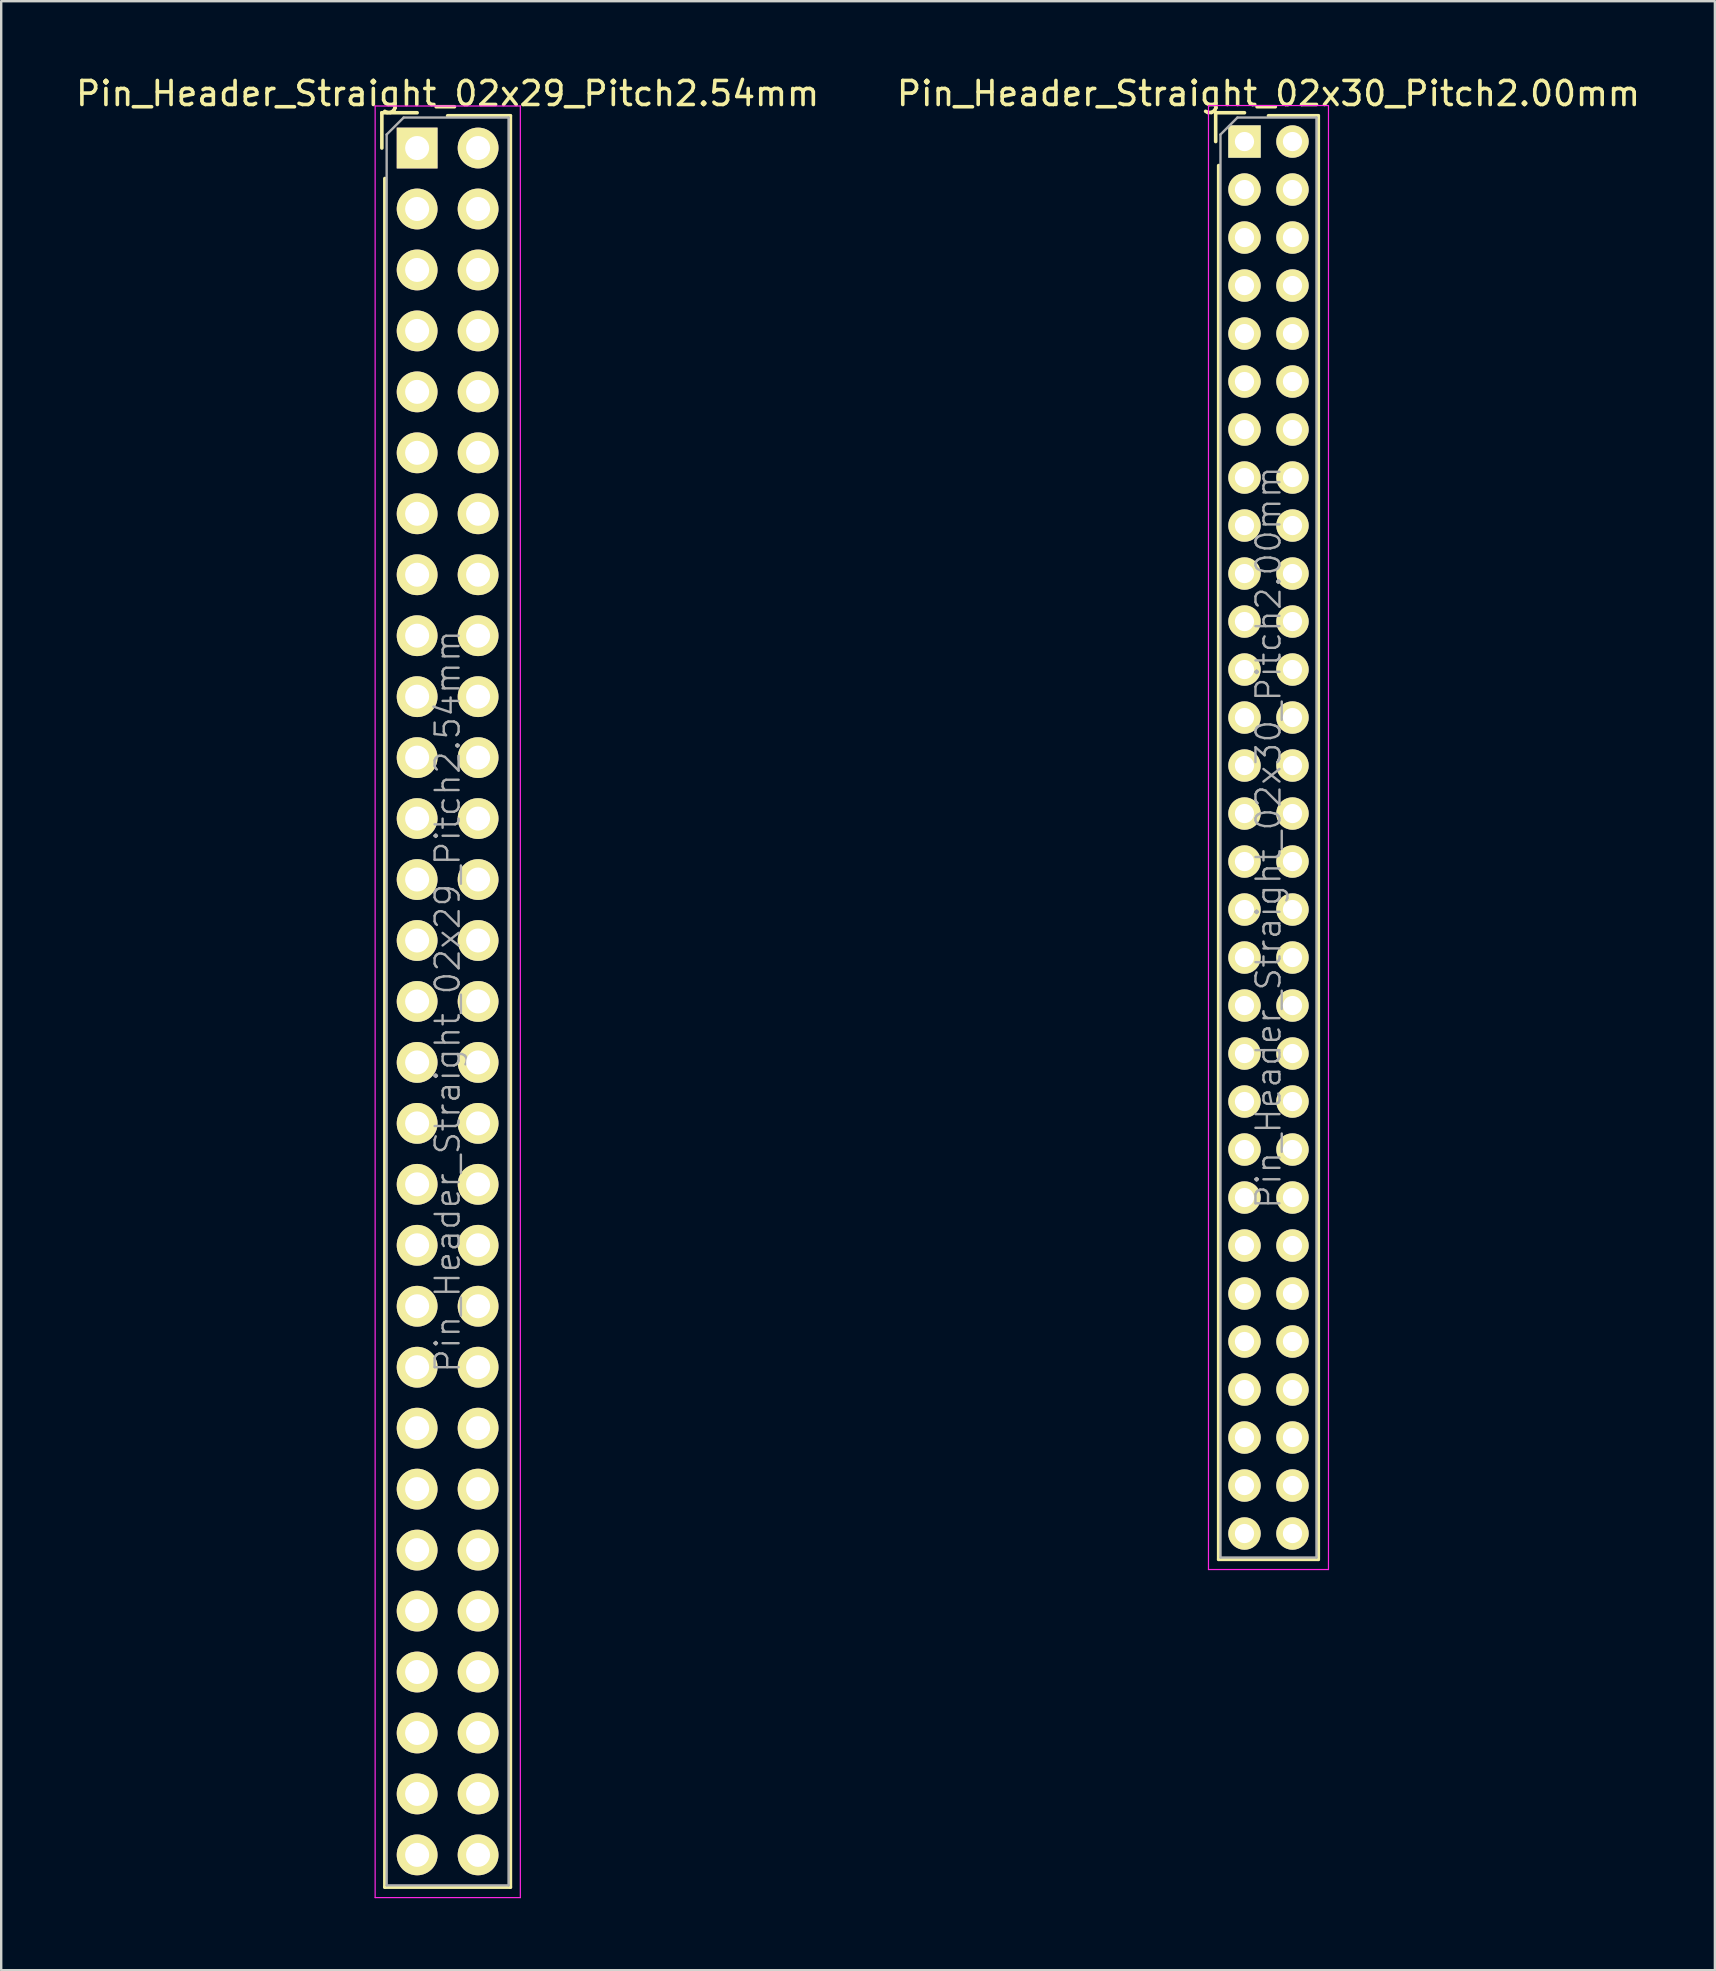
<source format=kicad_pcb>
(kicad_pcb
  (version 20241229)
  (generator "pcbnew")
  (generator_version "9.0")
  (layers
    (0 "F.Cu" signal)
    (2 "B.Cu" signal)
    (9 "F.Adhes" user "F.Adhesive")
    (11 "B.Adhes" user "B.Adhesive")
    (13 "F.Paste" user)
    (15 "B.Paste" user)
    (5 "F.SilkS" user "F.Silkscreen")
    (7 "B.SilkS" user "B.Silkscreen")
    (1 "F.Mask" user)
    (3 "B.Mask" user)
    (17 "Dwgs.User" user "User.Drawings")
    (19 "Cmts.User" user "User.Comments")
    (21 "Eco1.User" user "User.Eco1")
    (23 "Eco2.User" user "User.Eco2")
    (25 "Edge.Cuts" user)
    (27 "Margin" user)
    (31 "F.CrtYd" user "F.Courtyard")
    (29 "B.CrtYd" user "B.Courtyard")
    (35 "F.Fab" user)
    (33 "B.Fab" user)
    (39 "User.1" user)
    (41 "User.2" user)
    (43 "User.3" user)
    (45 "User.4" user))
  (footprint "Pin_Header_Straight_02x29_Pitch2.54mm"
    (layer "F.Cu")
    (at 14.331 3.118)
    (property "Reference" "Pin_Header_Straight_02x29_Pitch2.54mm" (at 1.27 -2.27 0) (layer "F.SilkS") (effects (font (size 1 1) (thickness 0.15))))
    (attr smd)
    (fp_line (start -1.47 -1.47) (end -1.47 0) (stroke (width 0.15) (type solid)) (layer "F.SilkS"))
    (fp_line (start -1.47 -1.47) (end 0 -1.47) (stroke (width 0.15) (type solid)) (layer "F.SilkS"))
    (fp_line (start -1.345 1.27) (end -1.345 72.465) (stroke (width 0.15) (type solid)) (layer "F.SilkS"))
    (fp_line (start -1.345 72.465) (end 3.885 72.465) (stroke (width 0.15) (type solid)) (layer "F.SilkS"))
    (fp_line (start 1.27 -1.345) (end 3.885 -1.345) (stroke (width 0.15) (type solid)) (layer "F.SilkS"))
    (fp_line (start 3.885 -1.345) (end 3.885 72.465) (stroke (width 0.15) (type solid)) (layer "F.SilkS"))
    (fp_line (start -1.75 -1.75) (end -1.75 72.9) (stroke (width 0.05) (type solid)) (layer "F.CrtYd"))
    (fp_line (start 4.3 -1.75) (end -1.75 -1.75) (stroke (width 0.05) (type solid)) (layer "F.CrtYd"))
    (fp_line (start 4.3 -1.75) (end 4.3 72.9) (stroke (width 0.05) (type solid)) (layer "F.CrtYd"))
    (fp_line (start 4.3 72.9) (end -1.75 72.9) (stroke (width 0.05) (type solid)) (layer "F.CrtYd"))
    (fp_line (start -1.27 -0.563) (end -0.563 -1.27) (stroke (width 0.1) (type solid)) (layer "F.Fab"))
    (fp_line (start -1.27 72.39) (end -1.27 -0.563) (stroke (width 0.1) (type solid)) (layer "F.Fab"))
    (fp_line (start 3.81 -1.27) (end -0.563 -1.27) (stroke (width 0.1) (type solid)) (layer "F.Fab"))
    (fp_line (start 3.81 72.39) (end -1.27 72.39) (stroke (width 0.1) (type solid)) (layer "F.Fab"))
    (fp_line (start 3.81 72.39) (end 3.81 -1.27) (stroke (width 0.1) (type solid)) (layer "F.Fab"))
    (fp_text user "${REFERENCE}" (at 1.27 35.56 90) (layer "F.Fab") (effects (font (size 1 1) (thickness 0.1))))
    (pad "1" thru_hole rect (at 0 0) (size 1.7 1.7) (drill 1) (layers "*.Cu" "*.Mask" "F.SilkS"))
    (pad "2" thru_hole oval (at 2.54 0) (size 1.7 1.7) (drill 1) (layers "*.Cu" "*.Mask" "F.SilkS"))
    (pad "3" thru_hole oval (at 0 2.54) (size 1.7 1.7) (drill 1) (layers "*.Cu" "*.Mask" "F.SilkS"))
    (pad "4" thru_hole oval (at 2.54 2.54) (size 1.7 1.7) (drill 1) (layers "*.Cu" "*.Mask" "F.SilkS"))
    (pad "5" thru_hole oval (at 0 5.08) (size 1.7 1.7) (drill 1) (layers "*.Cu" "*.Mask" "F.SilkS"))
    (pad "6" thru_hole oval (at 2.54 5.08) (size 1.7 1.7) (drill 1) (layers "*.Cu" "*.Mask" "F.SilkS"))
    (pad "7" thru_hole oval (at 0 7.62) (size 1.7 1.7) (drill 1) (layers "*.Cu" "*.Mask" "F.SilkS"))
    (pad "8" thru_hole oval (at 2.54 7.62) (size 1.7 1.7) (drill 1) (layers "*.Cu" "*.Mask" "F.SilkS"))
    (pad "9" thru_hole oval (at 0 10.16) (size 1.7 1.7) (drill 1) (layers "*.Cu" "*.Mask" "F.SilkS"))
    (pad "10" thru_hole oval (at 2.54 10.16) (size 1.7 1.7) (drill 1) (layers "*.Cu" "*.Mask" "F.SilkS"))
    (pad "11" thru_hole oval (at 0 12.7) (size 1.7 1.7) (drill 1) (layers "*.Cu" "*.Mask" "F.SilkS"))
    (pad "12" thru_hole oval (at 2.54 12.7) (size 1.7 1.7) (drill 1) (layers "*.Cu" "*.Mask" "F.SilkS"))
    (pad "13" thru_hole oval (at 0 15.24) (size 1.7 1.7) (drill 1) (layers "*.Cu" "*.Mask" "F.SilkS"))
    (pad "14" thru_hole oval (at 2.54 15.24) (size 1.7 1.7) (drill 1) (layers "*.Cu" "*.Mask" "F.SilkS"))
    (pad "15" thru_hole oval (at 0 17.78) (size 1.7 1.7) (drill 1) (layers "*.Cu" "*.Mask" "F.SilkS"))
    (pad "16" thru_hole oval (at 2.54 17.78) (size 1.7 1.7) (drill 1) (layers "*.Cu" "*.Mask" "F.SilkS"))
    (pad "17" thru_hole oval (at 0 20.32) (size 1.7 1.7) (drill 1) (layers "*.Cu" "*.Mask" "F.SilkS"))
    (pad "18" thru_hole oval (at 2.54 20.32) (size 1.7 1.7) (drill 1) (layers "*.Cu" "*.Mask" "F.SilkS"))
    (pad "19" thru_hole oval (at 0 22.86) (size 1.7 1.7) (drill 1) (layers "*.Cu" "*.Mask" "F.SilkS"))
    (pad "20" thru_hole oval (at 2.54 22.86) (size 1.7 1.7) (drill 1) (layers "*.Cu" "*.Mask" "F.SilkS"))
    (pad "21" thru_hole oval (at 0 25.4) (size 1.7 1.7) (drill 1) (layers "*.Cu" "*.Mask" "F.SilkS"))
    (pad "22" thru_hole oval (at 2.54 25.4) (size 1.7 1.7) (drill 1) (layers "*.Cu" "*.Mask" "F.SilkS"))
    (pad "23" thru_hole oval (at 0 27.94) (size 1.7 1.7) (drill 1) (layers "*.Cu" "*.Mask" "F.SilkS"))
    (pad "24" thru_hole oval (at 2.54 27.94) (size 1.7 1.7) (drill 1) (layers "*.Cu" "*.Mask" "F.SilkS"))
    (pad "25" thru_hole oval (at 0 30.48) (size 1.7 1.7) (drill 1) (layers "*.Cu" "*.Mask" "F.SilkS"))
    (pad "26" thru_hole oval (at 2.54 30.48) (size 1.7 1.7) (drill 1) (layers "*.Cu" "*.Mask" "F.SilkS"))
    (pad "27" thru_hole oval (at 0 33.02) (size 1.7 1.7) (drill 1) (layers "*.Cu" "*.Mask" "F.SilkS"))
    (pad "28" thru_hole oval (at 2.54 33.02) (size 1.7 1.7) (drill 1) (layers "*.Cu" "*.Mask" "F.SilkS"))
    (pad "29" thru_hole oval (at 0 35.56) (size 1.7 1.7) (drill 1) (layers "*.Cu" "*.Mask" "F.SilkS"))
    (pad "30" thru_hole oval (at 2.54 35.56) (size 1.7 1.7) (drill 1) (layers "*.Cu" "*.Mask" "F.SilkS"))
    (pad "31" thru_hole oval (at 0 38.1) (size 1.7 1.7) (drill 1) (layers "*.Cu" "*.Mask" "F.SilkS"))
    (pad "32" thru_hole oval (at 2.54 38.1) (size 1.7 1.7) (drill 1) (layers "*.Cu" "*.Mask" "F.SilkS"))
    (pad "33" thru_hole oval (at 0 40.64) (size 1.7 1.7) (drill 1) (layers "*.Cu" "*.Mask" "F.SilkS"))
    (pad "34" thru_hole oval (at 2.54 40.64) (size 1.7 1.7) (drill 1) (layers "*.Cu" "*.Mask" "F.SilkS"))
    (pad "35" thru_hole oval (at 0 43.18) (size 1.7 1.7) (drill 1) (layers "*.Cu" "*.Mask" "F.SilkS"))
    (pad "36" thru_hole oval (at 2.54 43.18) (size 1.7 1.7) (drill 1) (layers "*.Cu" "*.Mask" "F.SilkS"))
    (pad "37" thru_hole oval (at 0 45.72) (size 1.7 1.7) (drill 1) (layers "*.Cu" "*.Mask" "F.SilkS"))
    (pad "38" thru_hole oval (at 2.54 45.72) (size 1.7 1.7) (drill 1) (layers "*.Cu" "*.Mask" "F.SilkS"))
    (pad "39" thru_hole oval (at 0 48.26) (size 1.7 1.7) (drill 1) (layers "*.Cu" "*.Mask" "F.SilkS"))
    (pad "40" thru_hole oval (at 2.54 48.26) (size 1.7 1.7) (drill 1) (layers "*.Cu" "*.Mask" "F.SilkS"))
    (pad "41" thru_hole oval (at 0 50.8) (size 1.7 1.7) (drill 1) (layers "*.Cu" "*.Mask" "F.SilkS"))
    (pad "42" thru_hole oval (at 2.54 50.8) (size 1.7 1.7) (drill 1) (layers "*.Cu" "*.Mask" "F.SilkS"))
    (pad "43" thru_hole oval (at 0 53.34) (size 1.7 1.7) (drill 1) (layers "*.Cu" "*.Mask" "F.SilkS"))
    (pad "44" thru_hole oval (at 2.54 53.34) (size 1.7 1.7) (drill 1) (layers "*.Cu" "*.Mask" "F.SilkS"))
    (pad "45" thru_hole oval (at 0 55.88) (size 1.7 1.7) (drill 1) (layers "*.Cu" "*.Mask" "F.SilkS"))
    (pad "46" thru_hole oval (at 2.54 55.88) (size 1.7 1.7) (drill 1) (layers "*.Cu" "*.Mask" "F.SilkS"))
    (pad "47" thru_hole oval (at 0 58.42) (size 1.7 1.7) (drill 1) (layers "*.Cu" "*.Mask" "F.SilkS"))
    (pad "48" thru_hole oval (at 2.54 58.42) (size 1.7 1.7) (drill 1) (layers "*.Cu" "*.Mask" "F.SilkS"))
    (pad "49" thru_hole oval (at 0 60.96) (size 1.7 1.7) (drill 1) (layers "*.Cu" "*.Mask" "F.SilkS"))
    (pad "50" thru_hole oval (at 2.54 60.96) (size 1.7 1.7) (drill 1) (layers "*.Cu" "*.Mask" "F.SilkS"))
    (pad "51" thru_hole oval (at 0 63.5) (size 1.7 1.7) (drill 1) (layers "*.Cu" "*.Mask" "F.SilkS"))
    (pad "52" thru_hole oval (at 2.54 63.5) (size 1.7 1.7) (drill 1) (layers "*.Cu" "*.Mask" "F.SilkS"))
    (pad "53" thru_hole oval (at 0 66.04) (size 1.7 1.7) (drill 1) (layers "*.Cu" "*.Mask" "F.SilkS"))
    (pad "54" thru_hole oval (at 2.54 66.04) (size 1.7 1.7) (drill 1) (layers "*.Cu" "*.Mask" "F.SilkS"))
    (pad "55" thru_hole oval (at 0 68.58) (size 1.7 1.7) (drill 1) (layers "*.Cu" "*.Mask" "F.SilkS"))
    (pad "56" thru_hole oval (at 2.54 68.58) (size 1.7 1.7) (drill 1) (layers "*.Cu" "*.Mask" "F.SilkS"))
    (pad "57" thru_hole oval (at 0 71.12) (size 1.7 1.7) (drill 1) (layers "*.Cu" "*.Mask" "F.SilkS"))
    (pad "58" thru_hole oval (at 2.54 71.12) (size 1.7 1.7) (drill 1) (layers "*.Cu" "*.Mask" "F.SilkS")))
  (footprint "Pin_Header_Straight_02x30_Pitch2.00mm"
    (layer "F.Cu")
    (at 48.804 2.848)
    (property "Reference" "Pin_Header_Straight_02x30_Pitch2.00mm" (at 1 -2 0) (layer "F.SilkS") (effects (font (size 1 1) (thickness 0.15))))
    (attr smd)
    (fp_line (start -1.2 -1.2) (end -1.2 0) (stroke (width 0.15) (type solid)) (layer "F.SilkS"))
    (fp_line (start -1.2 -1.2) (end 0 -1.2) (stroke (width 0.15) (type solid)) (layer "F.SilkS"))
    (fp_line (start -1.075 1) (end -1.075 59.075) (stroke (width 0.15) (type solid)) (layer "F.SilkS"))
    (fp_line (start -1.075 59.075) (end 3.075 59.075) (stroke (width 0.15) (type solid)) (layer "F.SilkS"))
    (fp_line (start 1 -1.075) (end 3.075 -1.075) (stroke (width 0.15) (type solid)) (layer "F.SilkS"))
    (fp_line (start 3.075 -1.075) (end 3.075 59.075) (stroke (width 0.15) (type solid)) (layer "F.SilkS"))
    (fp_line (start -1.5 -1.5) (end -1.5 59.5) (stroke (width 0.05) (type solid)) (layer "F.CrtYd"))
    (fp_line (start 3.5 -1.5) (end -1.5 -1.5) (stroke (width 0.05) (type solid)) (layer "F.CrtYd"))
    (fp_line (start 3.5 -1.5) (end 3.5 59.5) (stroke (width 0.05) (type solid)) (layer "F.CrtYd"))
    (fp_line (start 3.5 59.5) (end -1.5 59.5) (stroke (width 0.05) (type solid)) (layer "F.CrtYd"))
    (fp_line (start -1 -0.293) (end -0.293 -1) (stroke (width 0.1) (type solid)) (layer "F.Fab"))
    (fp_line (start -1 59) (end -1 -0.293) (stroke (width 0.1) (type solid)) (layer "F.Fab"))
    (fp_line (start 3 -1) (end -0.293 -1) (stroke (width 0.1) (type solid)) (layer "F.Fab"))
    (fp_line (start 3 59) (end -1 59) (stroke (width 0.1) (type solid)) (layer "F.Fab"))
    (fp_line (start 3 59) (end 3 -1) (stroke (width 0.1) (type solid)) (layer "F.Fab"))
    (fp_text user "${REFERENCE}" (at 1 29 90) (layer "F.Fab") (effects (font (size 1 1) (thickness 0.1))))
    (pad "1" thru_hole rect (at 0 0) (size 1.35 1.35) (drill 0.8) (layers "*.Cu" "*.Mask" "F.SilkS"))
    (pad "2" thru_hole oval (at 2 0) (size 1.35 1.35) (drill 0.8) (layers "*.Cu" "*.Mask" "F.SilkS"))
    (pad "3" thru_hole oval (at 0 2) (size 1.35 1.35) (drill 0.8) (layers "*.Cu" "*.Mask" "F.SilkS"))
    (pad "4" thru_hole oval (at 2 2) (size 1.35 1.35) (drill 0.8) (layers "*.Cu" "*.Mask" "F.SilkS"))
    (pad "5" thru_hole oval (at 0 4) (size 1.35 1.35) (drill 0.8) (layers "*.Cu" "*.Mask" "F.SilkS"))
    (pad "6" thru_hole oval (at 2 4) (size 1.35 1.35) (drill 0.8) (layers "*.Cu" "*.Mask" "F.SilkS"))
    (pad "7" thru_hole oval (at 0 6) (size 1.35 1.35) (drill 0.8) (layers "*.Cu" "*.Mask" "F.SilkS"))
    (pad "8" thru_hole oval (at 2 6) (size 1.35 1.35) (drill 0.8) (layers "*.Cu" "*.Mask" "F.SilkS"))
    (pad "9" thru_hole oval (at 0 8) (size 1.35 1.35) (drill 0.8) (layers "*.Cu" "*.Mask" "F.SilkS"))
    (pad "10" thru_hole oval (at 2 8) (size 1.35 1.35) (drill 0.8) (layers "*.Cu" "*.Mask" "F.SilkS"))
    (pad "11" thru_hole oval (at 0 10) (size 1.35 1.35) (drill 0.8) (layers "*.Cu" "*.Mask" "F.SilkS"))
    (pad "12" thru_hole oval (at 2 10) (size 1.35 1.35) (drill 0.8) (layers "*.Cu" "*.Mask" "F.SilkS"))
    (pad "13" thru_hole oval (at 0 12) (size 1.35 1.35) (drill 0.8) (layers "*.Cu" "*.Mask" "F.SilkS"))
    (pad "14" thru_hole oval (at 2 12) (size 1.35 1.35) (drill 0.8) (layers "*.Cu" "*.Mask" "F.SilkS"))
    (pad "15" thru_hole oval (at 0 14) (size 1.35 1.35) (drill 0.8) (layers "*.Cu" "*.Mask" "F.SilkS"))
    (pad "16" thru_hole oval (at 2 14) (size 1.35 1.35) (drill 0.8) (layers "*.Cu" "*.Mask" "F.SilkS"))
    (pad "17" thru_hole oval (at 0 16) (size 1.35 1.35) (drill 0.8) (layers "*.Cu" "*.Mask" "F.SilkS"))
    (pad "18" thru_hole oval (at 2 16) (size 1.35 1.35) (drill 0.8) (layers "*.Cu" "*.Mask" "F.SilkS"))
    (pad "19" thru_hole oval (at 0 18) (size 1.35 1.35) (drill 0.8) (layers "*.Cu" "*.Mask" "F.SilkS"))
    (pad "20" thru_hole oval (at 2 18) (size 1.35 1.35) (drill 0.8) (layers "*.Cu" "*.Mask" "F.SilkS"))
    (pad "21" thru_hole oval (at 0 20) (size 1.35 1.35) (drill 0.8) (layers "*.Cu" "*.Mask" "F.SilkS"))
    (pad "22" thru_hole oval (at 2 20) (size 1.35 1.35) (drill 0.8) (layers "*.Cu" "*.Mask" "F.SilkS"))
    (pad "23" thru_hole oval (at 0 22) (size 1.35 1.35) (drill 0.8) (layers "*.Cu" "*.Mask" "F.SilkS"))
    (pad "24" thru_hole oval (at 2 22) (size 1.35 1.35) (drill 0.8) (layers "*.Cu" "*.Mask" "F.SilkS"))
    (pad "25" thru_hole oval (at 0 24) (size 1.35 1.35) (drill 0.8) (layers "*.Cu" "*.Mask" "F.SilkS"))
    (pad "26" thru_hole oval (at 2 24) (size 1.35 1.35) (drill 0.8) (layers "*.Cu" "*.Mask" "F.SilkS"))
    (pad "27" thru_hole oval (at 0 26) (size 1.35 1.35) (drill 0.8) (layers "*.Cu" "*.Mask" "F.SilkS"))
    (pad "28" thru_hole oval (at 2 26) (size 1.35 1.35) (drill 0.8) (layers "*.Cu" "*.Mask" "F.SilkS"))
    (pad "29" thru_hole oval (at 0 28) (size 1.35 1.35) (drill 0.8) (layers "*.Cu" "*.Mask" "F.SilkS"))
    (pad "30" thru_hole oval (at 2 28) (size 1.35 1.35) (drill 0.8) (layers "*.Cu" "*.Mask" "F.SilkS"))
    (pad "31" thru_hole oval (at 0 30) (size 1.35 1.35) (drill 0.8) (layers "*.Cu" "*.Mask" "F.SilkS"))
    (pad "32" thru_hole oval (at 2 30) (size 1.35 1.35) (drill 0.8) (layers "*.Cu" "*.Mask" "F.SilkS"))
    (pad "33" thru_hole oval (at 0 32) (size 1.35 1.35) (drill 0.8) (layers "*.Cu" "*.Mask" "F.SilkS"))
    (pad "34" thru_hole oval (at 2 32) (size 1.35 1.35) (drill 0.8) (layers "*.Cu" "*.Mask" "F.SilkS"))
    (pad "35" thru_hole oval (at 0 34) (size 1.35 1.35) (drill 0.8) (layers "*.Cu" "*.Mask" "F.SilkS"))
    (pad "36" thru_hole oval (at 2 34) (size 1.35 1.35) (drill 0.8) (layers "*.Cu" "*.Mask" "F.SilkS"))
    (pad "37" thru_hole oval (at 0 36) (size 1.35 1.35) (drill 0.8) (layers "*.Cu" "*.Mask" "F.SilkS"))
    (pad "38" thru_hole oval (at 2 36) (size 1.35 1.35) (drill 0.8) (layers "*.Cu" "*.Mask" "F.SilkS"))
    (pad "39" thru_hole oval (at 0 38) (size 1.35 1.35) (drill 0.8) (layers "*.Cu" "*.Mask" "F.SilkS"))
    (pad "40" thru_hole oval (at 2 38) (size 1.35 1.35) (drill 0.8) (layers "*.Cu" "*.Mask" "F.SilkS"))
    (pad "41" thru_hole oval (at 0 40) (size 1.35 1.35) (drill 0.8) (layers "*.Cu" "*.Mask" "F.SilkS"))
    (pad "42" thru_hole oval (at 2 40) (size 1.35 1.35) (drill 0.8) (layers "*.Cu" "*.Mask" "F.SilkS"))
    (pad "43" thru_hole oval (at 0 42) (size 1.35 1.35) (drill 0.8) (layers "*.Cu" "*.Mask" "F.SilkS"))
    (pad "44" thru_hole oval (at 2 42) (size 1.35 1.35) (drill 0.8) (layers "*.Cu" "*.Mask" "F.SilkS"))
    (pad "45" thru_hole oval (at 0 44) (size 1.35 1.35) (drill 0.8) (layers "*.Cu" "*.Mask" "F.SilkS"))
    (pad "46" thru_hole oval (at 2 44) (size 1.35 1.35) (drill 0.8) (layers "*.Cu" "*.Mask" "F.SilkS"))
    (pad "47" thru_hole oval (at 0 46) (size 1.35 1.35) (drill 0.8) (layers "*.Cu" "*.Mask" "F.SilkS"))
    (pad "48" thru_hole oval (at 2 46) (size 1.35 1.35) (drill 0.8) (layers "*.Cu" "*.Mask" "F.SilkS"))
    (pad "49" thru_hole oval (at 0 48) (size 1.35 1.35) (drill 0.8) (layers "*.Cu" "*.Mask" "F.SilkS"))
    (pad "50" thru_hole oval (at 2 48) (size 1.35 1.35) (drill 0.8) (layers "*.Cu" "*.Mask" "F.SilkS"))
    (pad "51" thru_hole oval (at 0 50) (size 1.35 1.35) (drill 0.8) (layers "*.Cu" "*.Mask" "F.SilkS"))
    (pad "52" thru_hole oval (at 2 50) (size 1.35 1.35) (drill 0.8) (layers "*.Cu" "*.Mask" "F.SilkS"))
    (pad "53" thru_hole oval (at 0 52) (size 1.35 1.35) (drill 0.8) (layers "*.Cu" "*.Mask" "F.SilkS"))
    (pad "54" thru_hole oval (at 2 52) (size 1.35 1.35) (drill 0.8) (layers "*.Cu" "*.Mask" "F.SilkS"))
    (pad "55" thru_hole oval (at 0 54) (size 1.35 1.35) (drill 0.8) (layers "*.Cu" "*.Mask" "F.SilkS"))
    (pad "56" thru_hole oval (at 2 54) (size 1.35 1.35) (drill 0.8) (layers "*.Cu" "*.Mask" "F.SilkS"))
    (pad "57" thru_hole oval (at 0 56) (size 1.35 1.35) (drill 0.8) (layers "*.Cu" "*.Mask" "F.SilkS"))
    (pad "58" thru_hole oval (at 2 56) (size 1.35 1.35) (drill 0.8) (layers "*.Cu" "*.Mask" "F.SilkS"))
    (pad "59" thru_hole oval (at 0 58) (size 1.35 1.35) (drill 0.8) (layers "*.Cu" "*.Mask" "F.SilkS"))
    (pad "60" thru_hole oval (at 2 58) (size 1.35 1.35) (drill 0.8) (layers "*.Cu" "*.Mask" "F.SilkS")))
  (gr_rect
    (start -3 -3)
    (end 68.405 79.043)
    (stroke (width 0.1) (type default))
    (fill no)
    (layer "Edge.Cuts")))
</source>
